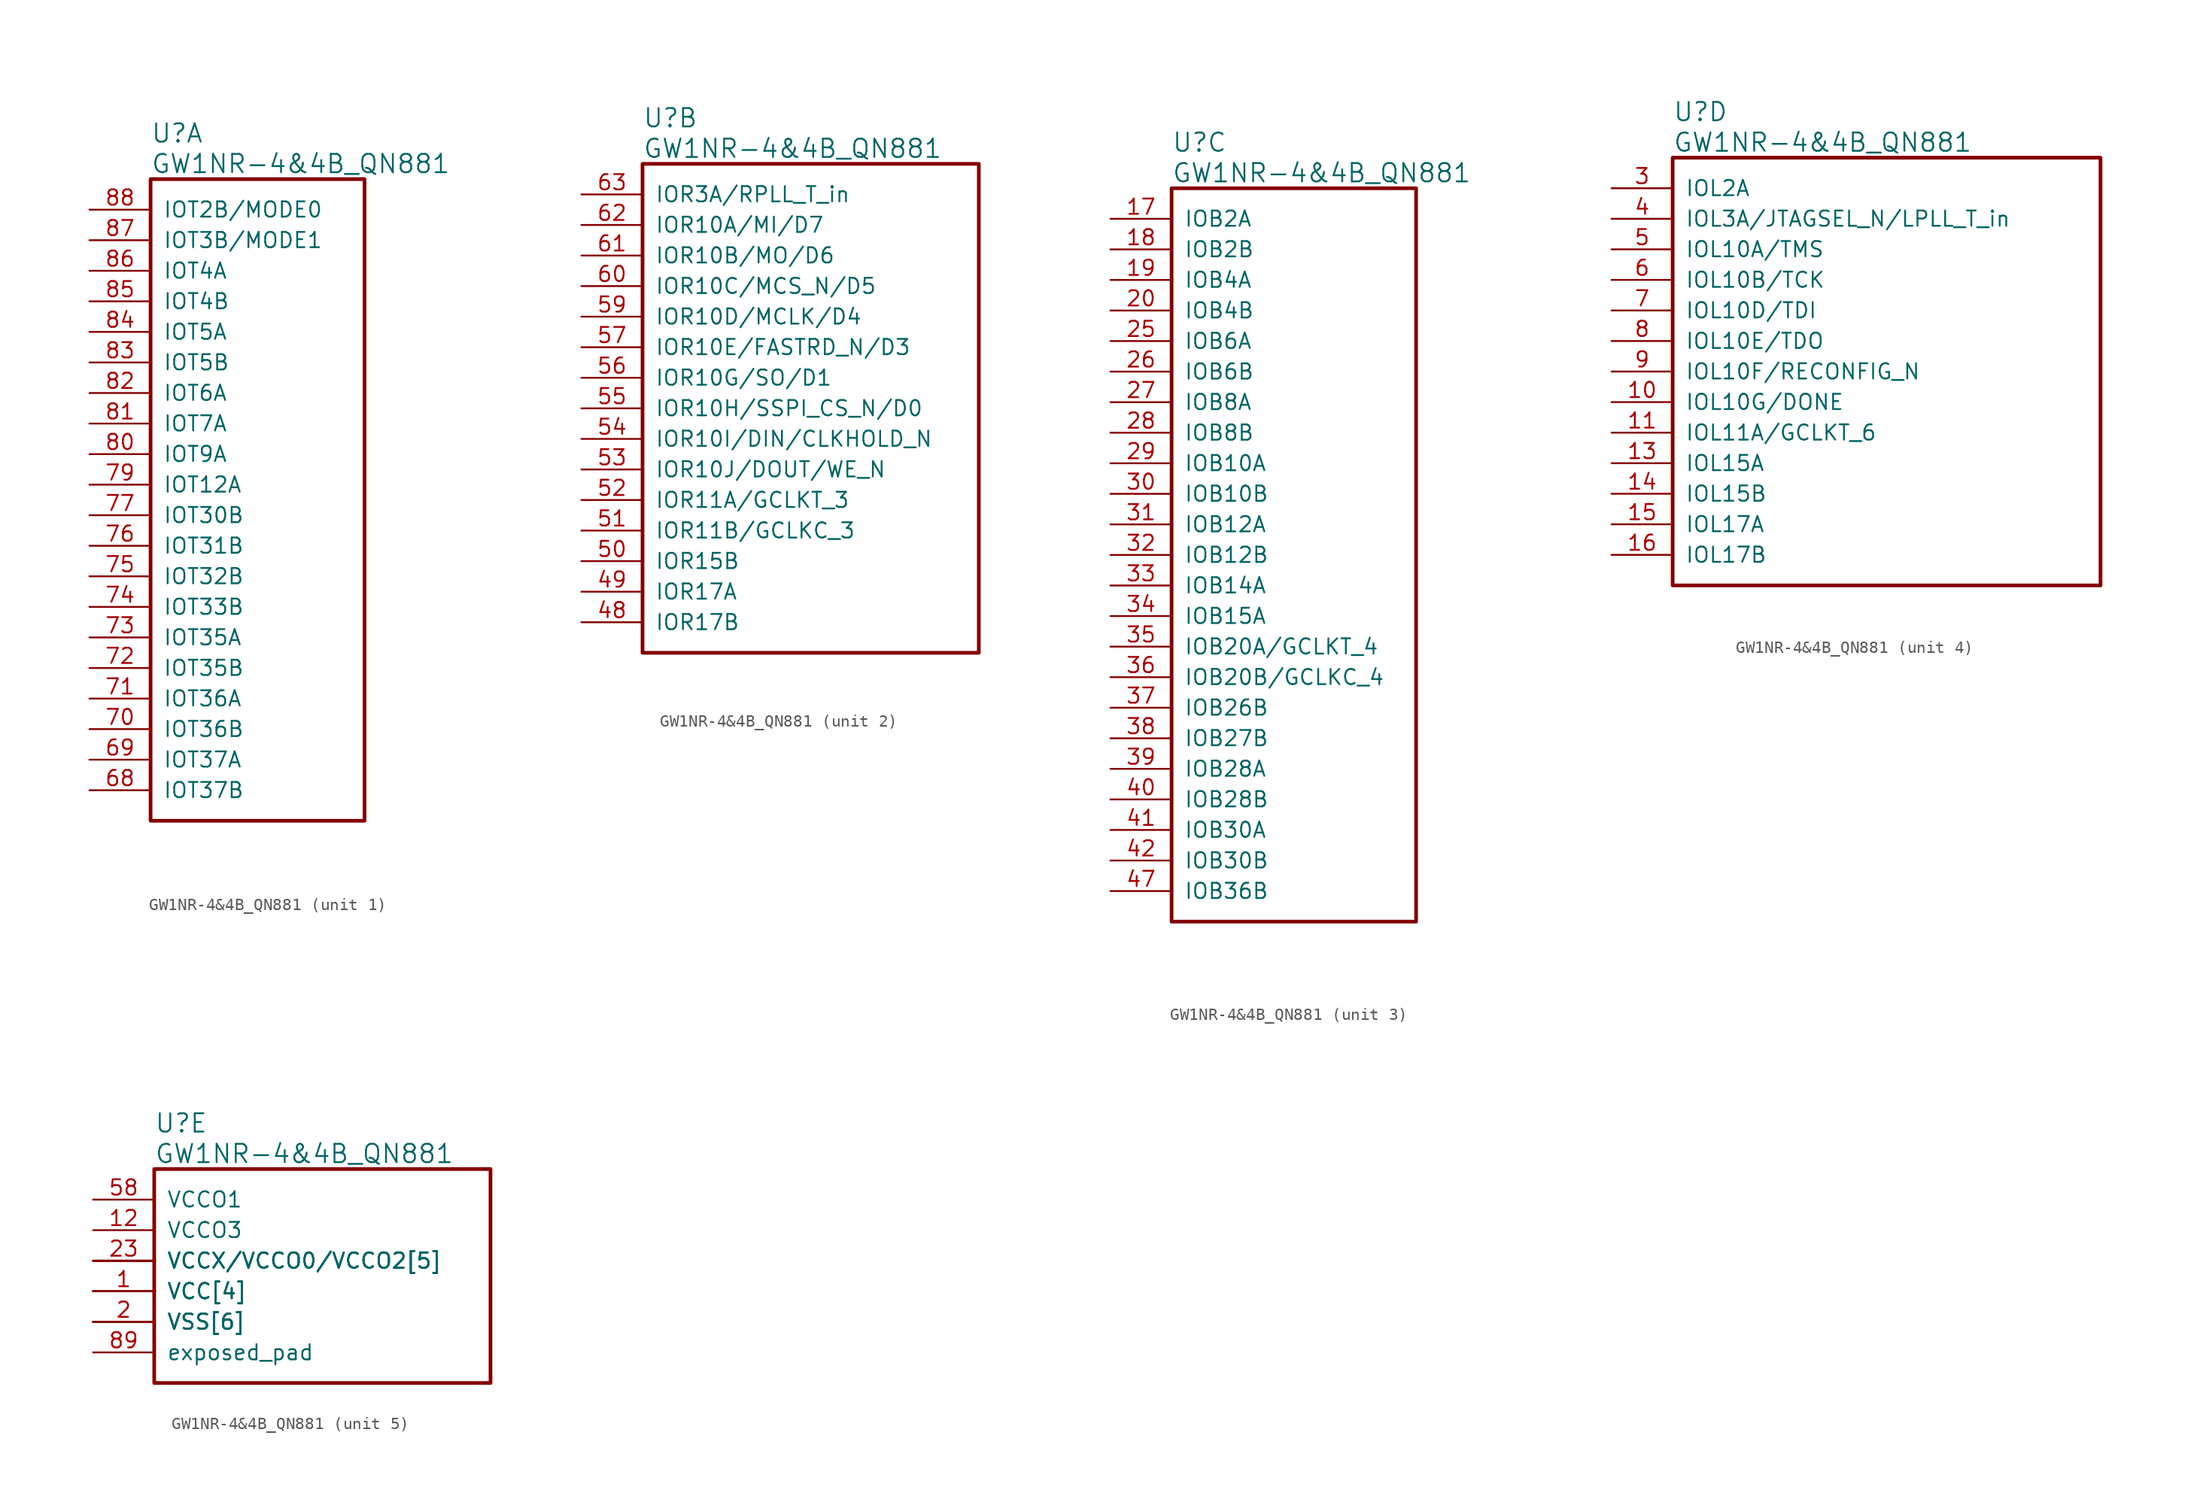
<source format=kicad_sym>
(kicad_symbol_lib
  (version 20211014)
  (generator kicad_symbol_editor)
  (symbol "GW1NR-4&4B_QN881"
    (pin_names
      (offset 1.016))
    (property "Reference" "U"
      (at 5.08 6.35 0)
      (effects (font (size 1.524 1.524)) (justify left)))
    (property "Value" "GW1NR-4&4B_QN881"
      (at 5.08 3.81 0)
      (effects (font (size 1.524 1.524)) (justify left)))
    (property "ki_locked" ""
      (at 0 0 0)
      (effects (font (size 1.27 1.27))))
    (symbol "GW1NR-4&4B_QN881_1_1"
      (rectangle (start 5.08 2.54) (end 22.86 -50.8) (stroke (width 0.305) (type default) (color 0 0 0 0)) (fill (type none)))
      (pin bidirectional line (at 0 -48.26 0) (length 5.08) (name "IOT37B" (effects (font (size 1.27 1.27)))) (number "68" (effects (font (size 1.27 1.27)))))
      (pin bidirectional line (at 0 -45.72 0) (length 5.08) (name "IOT37A" (effects (font (size 1.27 1.27)))) (number "69" (effects (font (size 1.27 1.27)))))
      (pin bidirectional line (at 0 -43.18 0) (length 5.08) (name "IOT36B" (effects (font (size 1.27 1.27)))) (number "70" (effects (font (size 1.27 1.27)))))
      (pin bidirectional line (at 0 -40.64 0) (length 5.08) (name "IOT36A" (effects (font (size 1.27 1.27)))) (number "71" (effects (font (size 1.27 1.27)))))
      (pin bidirectional line (at 0 -38.1 0) (length 5.08) (name "IOT35B" (effects (font (size 1.27 1.27)))) (number "72" (effects (font (size 1.27 1.27)))))
      (pin bidirectional line (at 0 -35.56 0) (length 5.08) (name "IOT35A" (effects (font (size 1.27 1.27)))) (number "73" (effects (font (size 1.27 1.27)))))
      (pin bidirectional line (at 0 -33.02 0) (length 5.08) (name "IOT33B" (effects (font (size 1.27 1.27)))) (number "74" (effects (font (size 1.27 1.27)))))
      (pin bidirectional line (at 0 -30.48 0) (length 5.08) (name "IOT32B" (effects (font (size 1.27 1.27)))) (number "75" (effects (font (size 1.27 1.27)))))
      (pin bidirectional line (at 0 -27.94 0) (length 5.08) (name "IOT31B" (effects (font (size 1.27 1.27)))) (number "76" (effects (font (size 1.27 1.27)))))
      (pin bidirectional line (at 0 -25.4 0) (length 5.08) (name "IOT30B" (effects (font (size 1.27 1.27)))) (number "77" (effects (font (size 1.27 1.27)))))
      (pin bidirectional line (at 0 -22.86 0) (length 5.08) (name "IOT12A" (effects (font (size 1.27 1.27)))) (number "79" (effects (font (size 1.27 1.27)))))
      (pin bidirectional line (at 0 -20.32 0) (length 5.08) (name "IOT9A" (effects (font (size 1.27 1.27)))) (number "80" (effects (font (size 1.27 1.27)))))
      (pin bidirectional line (at 0 -17.78 0) (length 5.08) (name "IOT7A" (effects (font (size 1.27 1.27)))) (number "81" (effects (font (size 1.27 1.27)))))
      (pin bidirectional line (at 0 -15.24 0) (length 5.08) (name "IOT6A" (effects (font (size 1.27 1.27)))) (number "82" (effects (font (size 1.27 1.27)))))
      (pin bidirectional line (at 0 -12.7 0) (length 5.08) (name "IOT5B" (effects (font (size 1.27 1.27)))) (number "83" (effects (font (size 1.27 1.27)))))
      (pin bidirectional line (at 0 -10.16 0) (length 5.08) (name "IOT5A" (effects (font (size 1.27 1.27)))) (number "84" (effects (font (size 1.27 1.27)))))
      (pin bidirectional line (at 0 -7.62 0) (length 5.08) (name "IOT4B" (effects (font (size 1.27 1.27)))) (number "85" (effects (font (size 1.27 1.27)))))
      (pin bidirectional line (at 0 -5.08 0) (length 5.08) (name "IOT4A" (effects (font (size 1.27 1.27)))) (number "86" (effects (font (size 1.27 1.27)))))
      (pin bidirectional line (at 0 -2.54 0) (length 5.08) (name "IOT3B/MODE1" (effects (font (size 1.27 1.27)))) (number "87" (effects (font (size 1.27 1.27)))))
      (pin bidirectional line (at 0 0 0) (length 5.08) (name "IOT2B/MODE0" (effects (font (size 1.27 1.27)))) (number "88" (effects (font (size 1.27 1.27))))))
    (symbol "GW1NR-4&4B_QN881_2_1"
      (rectangle (start 5.08 2.54) (end 33.02 -38.1) (stroke (width 0.305) (type default) (color 0 0 0 0)) (fill (type none)))
      (pin bidirectional line (at 0 -35.56 0) (length 5.08) (name "IOR17B" (effects (font (size 1.27 1.27)))) (number "48" (effects (font (size 1.27 1.27)))))
      (pin bidirectional line (at 0 -33.02 0) (length 5.08) (name "IOR17A" (effects (font (size 1.27 1.27)))) (number "49" (effects (font (size 1.27 1.27)))))
      (pin bidirectional line (at 0 -30.48 0) (length 5.08) (name "IOR15B" (effects (font (size 1.27 1.27)))) (number "50" (effects (font (size 1.27 1.27)))))
      (pin bidirectional line (at 0 -27.94 0) (length 5.08) (name "IOR11B/GCLKC_3" (effects (font (size 1.27 1.27)))) (number "51" (effects (font (size 1.27 1.27)))))
      (pin bidirectional line (at 0 -25.4 0) (length 5.08) (name "IOR11A/GCLKT_3" (effects (font (size 1.27 1.27)))) (number "52" (effects (font (size 1.27 1.27)))))
      (pin bidirectional line (at 0 -22.86 0) (length 5.08) (name "IOR10J/DOUT/WE_N" (effects (font (size 1.27 1.27)))) (number "53" (effects (font (size 1.27 1.27)))))
      (pin bidirectional line (at 0 -20.32 0) (length 5.08) (name "IOR10I/DIN/CLKHOLD_N" (effects (font (size 1.27 1.27)))) (number "54" (effects (font (size 1.27 1.27)))))
      (pin bidirectional line (at 0 -17.78 0) (length 5.08) (name "IOR10H/SSPI_CS_N/D0" (effects (font (size 1.27 1.27)))) (number "55" (effects (font (size 1.27 1.27)))))
      (pin bidirectional line (at 0 -15.24 0) (length 5.08) (name "IOR10G/SO/D1" (effects (font (size 1.27 1.27)))) (number "56" (effects (font (size 1.27 1.27)))))
      (pin bidirectional line (at 0 -12.7 0) (length 5.08) (name "IOR10E/FASTRD_N/D3" (effects (font (size 1.27 1.27)))) (number "57" (effects (font (size 1.27 1.27)))))
      (pin bidirectional line (at 0 -10.16 0) (length 5.08) (name "IOR10D/MCLK/D4" (effects (font (size 1.27 1.27)))) (number "59" (effects (font (size 1.27 1.27)))))
      (pin bidirectional line (at 0 -7.62 0) (length 5.08) (name "IOR10C/MCS_N/D5" (effects (font (size 1.27 1.27)))) (number "60" (effects (font (size 1.27 1.27)))))
      (pin bidirectional line (at 0 -5.08 0) (length 5.08) (name "IOR10B/MO/D6" (effects (font (size 1.27 1.27)))) (number "61" (effects (font (size 1.27 1.27)))))
      (pin bidirectional line (at 0 -2.54 0) (length 5.08) (name "IOR10A/MI/D7" (effects (font (size 1.27 1.27)))) (number "62" (effects (font (size 1.27 1.27)))))
      (pin bidirectional line (at 0 0 0) (length 5.08) (name "IOR3A/RPLL_T_in" (effects (font (size 1.27 1.27)))) (number "63" (effects (font (size 1.27 1.27))))))
    (symbol "GW1NR-4&4B_QN881_3_1"
      (rectangle (start 5.08 2.54) (end 25.4 -58.42) (stroke (width 0.305) (type default) (color 0 0 0 0)) (fill (type none)))
      (pin bidirectional line (at 0 0 0) (length 5.08) (name "IOB2A" (effects (font (size 1.27 1.27)))) (number "17" (effects (font (size 1.27 1.27)))))
      (pin bidirectional line (at 0 -2.54 0) (length 5.08) (name "IOB2B" (effects (font (size 1.27 1.27)))) (number "18" (effects (font (size 1.27 1.27)))))
      (pin bidirectional line (at 0 -5.08 0) (length 5.08) (name "IOB4A" (effects (font (size 1.27 1.27)))) (number "19" (effects (font (size 1.27 1.27)))))
      (pin bidirectional line (at 0 -7.62 0) (length 5.08) (name "IOB4B" (effects (font (size 1.27 1.27)))) (number "20" (effects (font (size 1.27 1.27)))))
      (pin bidirectional line (at 0 -10.16 0) (length 5.08) (name "IOB6A" (effects (font (size 1.27 1.27)))) (number "25" (effects (font (size 1.27 1.27)))))
      (pin bidirectional line (at 0 -12.7 0) (length 5.08) (name "IOB6B" (effects (font (size 1.27 1.27)))) (number "26" (effects (font (size 1.27 1.27)))))
      (pin bidirectional line (at 0 -15.24 0) (length 5.08) (name "IOB8A" (effects (font (size 1.27 1.27)))) (number "27" (effects (font (size 1.27 1.27)))))
      (pin bidirectional line (at 0 -17.78 0) (length 5.08) (name "IOB8B" (effects (font (size 1.27 1.27)))) (number "28" (effects (font (size 1.27 1.27)))))
      (pin bidirectional line (at 0 -20.32 0) (length 5.08) (name "IOB10A" (effects (font (size 1.27 1.27)))) (number "29" (effects (font (size 1.27 1.27)))))
      (pin bidirectional line (at 0 -22.86 0) (length 5.08) (name "IOB10B" (effects (font (size 1.27 1.27)))) (number "30" (effects (font (size 1.27 1.27)))))
      (pin bidirectional line (at 0 -25.4 0) (length 5.08) (name "IOB12A" (effects (font (size 1.27 1.27)))) (number "31" (effects (font (size 1.27 1.27)))))
      (pin bidirectional line (at 0 -27.94 0) (length 5.08) (name "IOB12B" (effects (font (size 1.27 1.27)))) (number "32" (effects (font (size 1.27 1.27)))))
      (pin bidirectional line (at 0 -30.48 0) (length 5.08) (name "IOB14A" (effects (font (size 1.27 1.27)))) (number "33" (effects (font (size 1.27 1.27)))))
      (pin bidirectional line (at 0 -33.02 0) (length 5.08) (name "IOB15A" (effects (font (size 1.27 1.27)))) (number "34" (effects (font (size 1.27 1.27)))))
      (pin bidirectional line (at 0 -35.56 0) (length 5.08) (name "IOB20A/GCLKT_4" (effects (font (size 1.27 1.27)))) (number "35" (effects (font (size 1.27 1.27)))))
      (pin bidirectional line (at 0 -38.1 0) (length 5.08) (name "IOB20B/GCLKC_4" (effects (font (size 1.27 1.27)))) (number "36" (effects (font (size 1.27 1.27)))))
      (pin bidirectional line (at 0 -40.64 0) (length 5.08) (name "IOB26B" (effects (font (size 1.27 1.27)))) (number "37" (effects (font (size 1.27 1.27)))))
      (pin bidirectional line (at 0 -43.18 0) (length 5.08) (name "IOB27B" (effects (font (size 1.27 1.27)))) (number "38" (effects (font (size 1.27 1.27)))))
      (pin bidirectional line (at 0 -45.72 0) (length 5.08) (name "IOB28A" (effects (font (size 1.27 1.27)))) (number "39" (effects (font (size 1.27 1.27)))))
      (pin bidirectional line (at 0 -48.26 0) (length 5.08) (name "IOB28B" (effects (font (size 1.27 1.27)))) (number "40" (effects (font (size 1.27 1.27)))))
      (pin bidirectional line (at 0 -50.8 0) (length 5.08) (name "IOB30A" (effects (font (size 1.27 1.27)))) (number "41" (effects (font (size 1.27 1.27)))))
      (pin bidirectional line (at 0 -53.34 0) (length 5.08) (name "IOB30B" (effects (font (size 1.27 1.27)))) (number "42" (effects (font (size 1.27 1.27)))))
      (pin bidirectional line (at 0 -55.88 0) (length 5.08) (name "IOB36B" (effects (font (size 1.27 1.27)))) (number "47" (effects (font (size 1.27 1.27))))))
    (symbol "GW1NR-4&4B_QN881_4_1"
      (rectangle (start 5.08 2.54) (end 40.64 -33.02) (stroke (width 0.305) (type default) (color 0 0 0 0)) (fill (type none)))
      (pin bidirectional line (at 0 -17.78 0) (length 5.08) (name "IOL10G/DONE" (effects (font (size 1.27 1.27)))) (number "10" (effects (font (size 1.27 1.27)))))
      (pin bidirectional line (at 0 -20.32 0) (length 5.08) (name "IOL11A/GCLKT_6" (effects (font (size 1.27 1.27)))) (number "11" (effects (font (size 1.27 1.27)))))
      (pin bidirectional line (at 0 -22.86 0) (length 5.08) (name "IOL15A" (effects (font (size 1.27 1.27)))) (number "13" (effects (font (size 1.27 1.27)))))
      (pin bidirectional line (at 0 -25.4 0) (length 5.08) (name "IOL15B" (effects (font (size 1.27 1.27)))) (number "14" (effects (font (size 1.27 1.27)))))
      (pin bidirectional line (at 0 -27.94 0) (length 5.08) (name "IOL17A" (effects (font (size 1.27 1.27)))) (number "15" (effects (font (size 1.27 1.27)))))
      (pin bidirectional line (at 0 -30.48 0) (length 5.08) (name "IOL17B" (effects (font (size 1.27 1.27)))) (number "16" (effects (font (size 1.27 1.27)))))
      (pin bidirectional line (at 0 0 0) (length 5.08) (name "IOL2A" (effects (font (size 1.27 1.27)))) (number "3" (effects (font (size 1.27 1.27)))))
      (pin bidirectional line (at 0 -2.54 0) (length 5.08) (name "IOL3A/JTAGSEL_N/LPLL_T_in" (effects (font (size 1.27 1.27)))) (number "4" (effects (font (size 1.27 1.27)))))
      (pin bidirectional line (at 0 -5.08 0) (length 5.08) (name "IOL10A/TMS" (effects (font (size 1.27 1.27)))) (number "5" (effects (font (size 1.27 1.27)))))
      (pin bidirectional line (at 0 -7.62 0) (length 5.08) (name "IOL10B/TCK" (effects (font (size 1.27 1.27)))) (number "6" (effects (font (size 1.27 1.27)))))
      (pin bidirectional line (at 0 -10.16 0) (length 5.08) (name "IOL10D/TDI" (effects (font (size 1.27 1.27)))) (number "7" (effects (font (size 1.27 1.27)))))
      (pin bidirectional line (at 0 -12.7 0) (length 5.08) (name "IOL10E/TDO" (effects (font (size 1.27 1.27)))) (number "8" (effects (font (size 1.27 1.27)))))
      (pin bidirectional line (at 0 -15.24 0) (length 5.08) (name "IOL10F/RECONFIG_N" (effects (font (size 1.27 1.27)))) (number "9" (effects (font (size 1.27 1.27))))))
    (symbol "GW1NR-4&4B_QN881_5_1"
      (rectangle (start 5.08 2.54) (end 33.02 -15.24) (stroke (width 0.305) (type default) (color 0 0 0 0)) (fill (type none)))
      (pin power_in line (at 0 -7.62 0) (length 5.08) (name "VCC[4]" (effects (font (size 1.27 1.27)))) (number "1" (effects (font (size 1.27 1.27)))))
      (pin power_in line (at 0 -2.54 0) (length 5.08) (name "VCCO3" (effects (font (size 1.27 1.27)))) (number "12" (effects (font (size 1.27 1.27)))))
      (pin power_in line (at 0 -10.16 0) (length 5.08) (name "VSS[6]" (effects (font (size 1.27 1.27)))) (number "2" (effects (font (size 1.27 1.27)))))
      (pin power_in line (at 0 -10.16 0) (length 5.08) (name "VSS[6]" (effects (font (size 1.27 1.27)))) (number "21" (effects (font (size 0 0)))))
      (pin power_in line (at 0 -7.62 0) (length 5.08) (name "VCC[4]" (effects (font (size 1.27 1.27)))) (number "22" (effects (font (size 0 0)))))
      (pin power_in line (at 0 -5.08 0) (length 5.08) (name "VCCX/VCCO0/VCCO2[5]" (effects (font (size 1.27 1.27)))) (number "23" (effects (font (size 1.27 1.27)))))
      (pin power_in line (at 0 -10.16 0) (length 5.08) (name "VSS[6]" (effects (font (size 1.27 1.27)))) (number "24" (effects (font (size 0 0)))))
      (pin power_in line (at 0 -10.16 0) (length 5.08) (name "VSS[6]" (effects (font (size 1.27 1.27)))) (number "43" (effects (font (size 0 0)))))
      (pin power_in line (at 0 -5.08 0) (length 5.08) (name "VCCX/VCCO0/VCCO2[5]" (effects (font (size 1.27 1.27)))) (number "44" (effects (font (size 0 0)))))
      (pin power_in line (at 0 -7.62 0) (length 5.08) (name "VCC[4]" (effects (font (size 1.27 1.27)))) (number "45" (effects (font (size 0 0)))))
      (pin power_in line (at 0 -10.16 0) (length 5.08) (name "VSS[6]" (effects (font (size 1.27 1.27)))) (number "46" (effects (font (size 0 0)))))
      (pin power_in line (at 0 0 0) (length 5.08) (name "VCCO1" (effects (font (size 1.27 1.27)))) (number "58" (effects (font (size 1.27 1.27)))))
      (pin power_in line (at 0 -5.08 0) (length 5.08) (name "VCCX/VCCO0/VCCO2[5]" (effects (font (size 1.27 1.27)))) (number "64" (effects (font (size 0 0)))))
      (pin power_in line (at 0 -10.16 0) (length 5.08) (name "VSS[6]" (effects (font (size 1.27 1.27)))) (number "65" (effects (font (size 0 0)))))
      (pin power_in line (at 0 -7.62 0) (length 5.08) (name "VCC[4]" (effects (font (size 1.27 1.27)))) (number "66" (effects (font (size 0 0)))))
      (pin power_in line (at 0 -5.08 0) (length 5.08) (name "VCCX/VCCO0/VCCO2[5]" (effects (font (size 1.27 1.27)))) (number "67" (effects (font (size 0 0)))))
      (pin power_in line (at 0 -5.08 0) (length 5.08) (name "VCCX/VCCO0/VCCO2[5]" (effects (font (size 1.27 1.27)))) (number "78" (effects (font (size 0 0)))))
      (pin power_in line (at 0 -12.7 0) (length 5.08) (name "exposed_pad" (effects (font (size 1.27 1.27)))) (number "89" (effects (font (size 1.27 1.27))))))))
</source>
